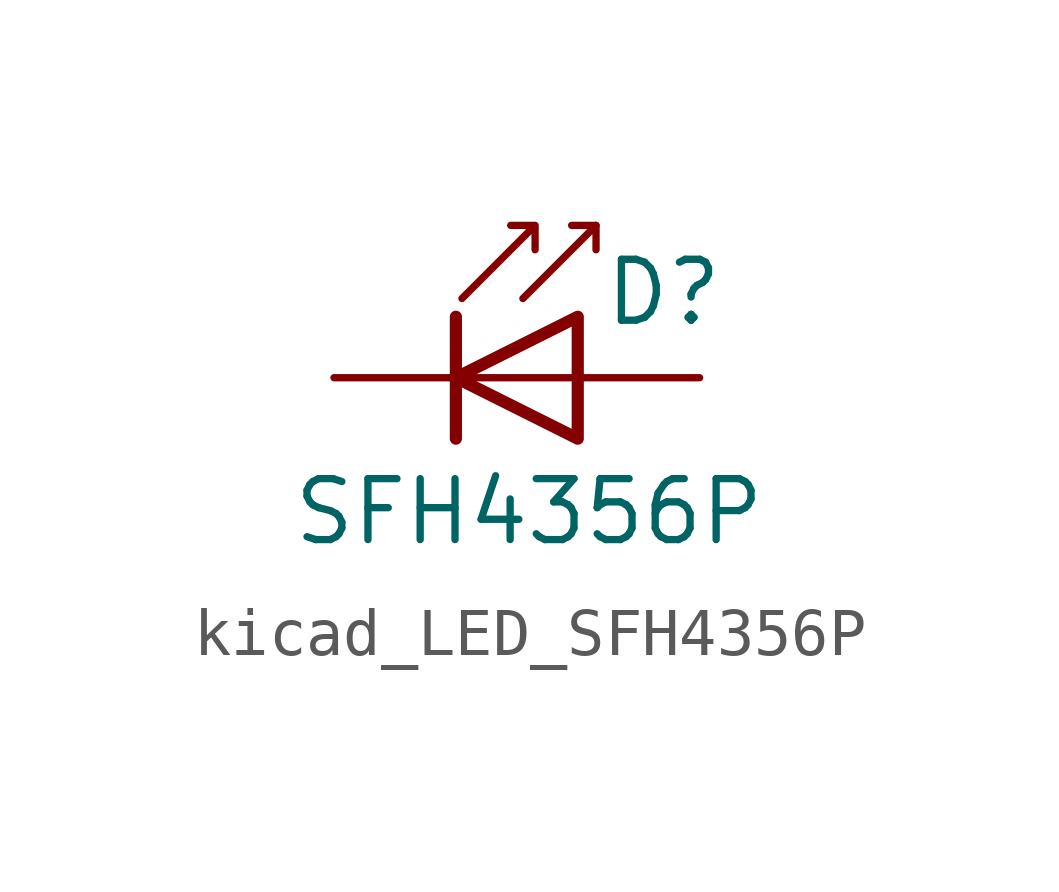
<source format=kicad_sym>
(kicad_symbol_lib
  (version 20220914)
  (generator kicad_symbol_editor)
  (symbol "kicad_LED_SFH4356P"
    (pin_numbers hide)
    (pin_names
      (offset 1.016) hide)
    (property "Reference" "D"
      (at 0.508 1.778 0)
      (effects (font (size 1.27 1.27)) (justify left)))
    (property "Value" "SFH4356P"
      (at -1.016 -2.794 0)
      (effects (font (size 1.27 1.27))))
    (symbol "kicad_LED_SFH4356P_0_1"
      (polyline (pts (xy -2.54 1.27) (xy -2.54 -1.27)) (stroke (width 0.254) (type default)) (fill (type none)))
      (polyline (pts (xy 0 0) (xy -2.54 0)) (stroke (width 0) (type default)) (fill (type none)))
      (polyline (pts (xy 0.381 3.175) (xy -0.127 3.175)) (stroke (width 0) (type default)) (fill (type none)))
      (polyline (pts (xy -1.143 1.651) (xy 0.381 3.175) (xy 0.381 2.667)) (stroke (width 0) (type default)) (fill (type none)))
      (polyline (pts (xy 0 1.27) (xy -2.54 0) (xy 0 -1.27) (xy 0 1.27)) (stroke (width 0.254) (type default)) (fill (type none)))
      (polyline (pts (xy -2.413 1.651) (xy -0.889 3.175) (xy -0.889 2.667) (xy -0.889 3.175) (xy -1.397 3.175)) (stroke (width 0) (type default)) (fill (type none))))
    (symbol "kicad_LED_SFH4356P_1_1"
      (pin passive line (at -5.08 0 0) (length 2.54) (name "K" (effects (font (size 1.27 1.27)))) (number "1" (effects (font (size 1.27 1.27)))))
      (pin passive line (at 2.54 0 180) (length 2.54) (name "A" (effects (font (size 1.27 1.27)))) (number "2" (effects (font (size 1.27 1.27))))))))
</source>
